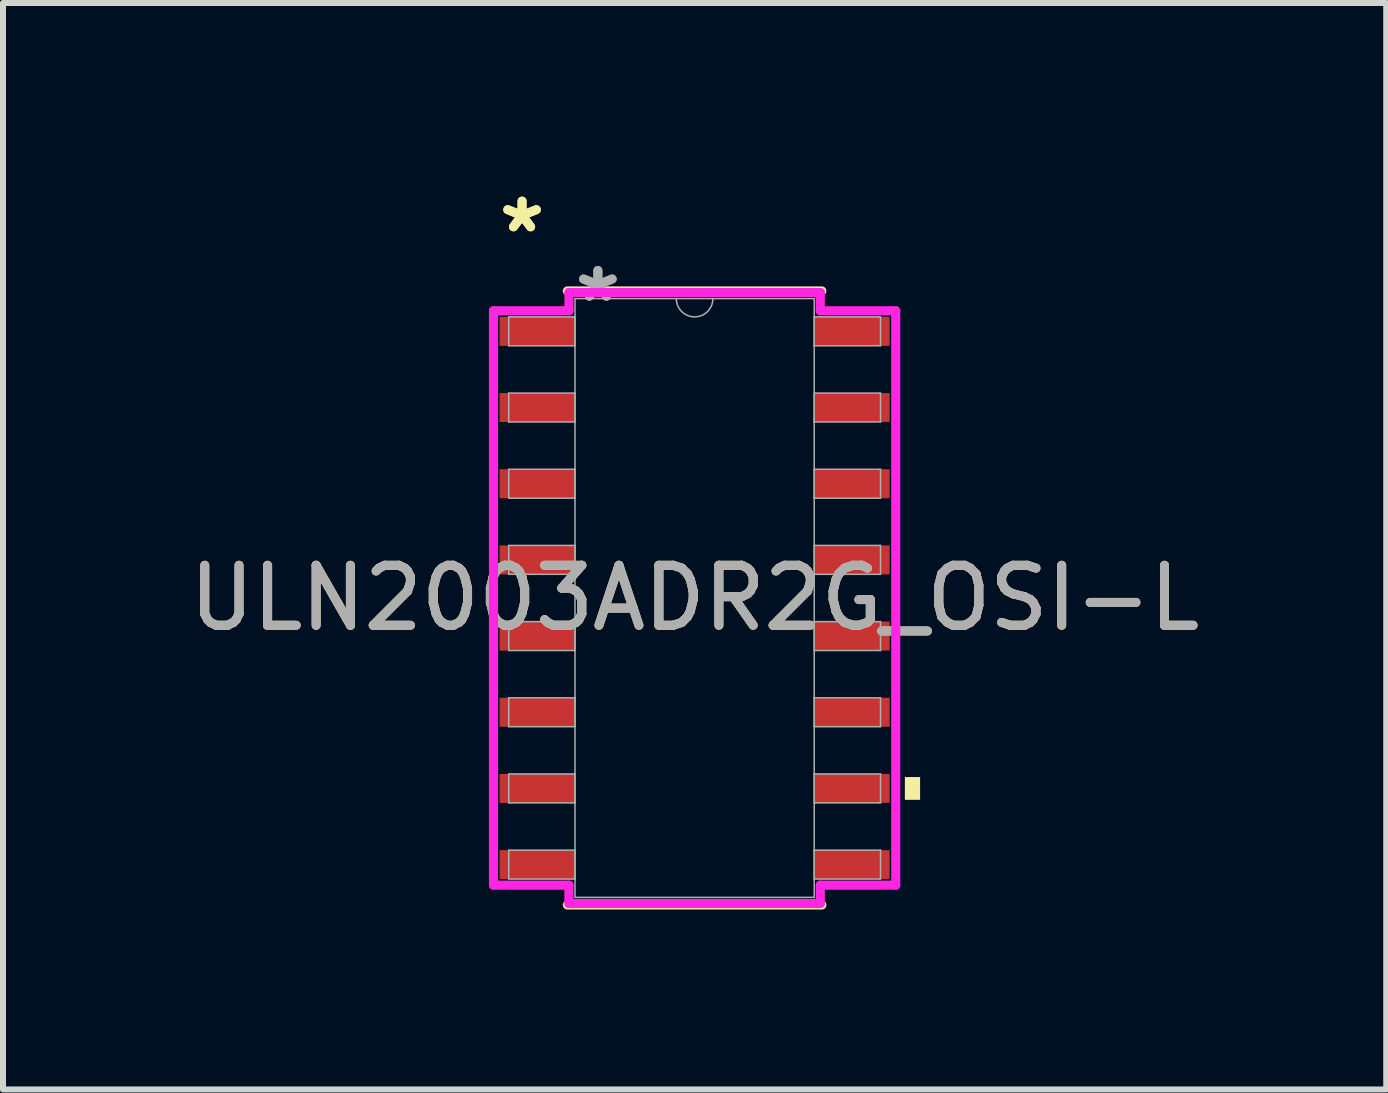
<source format=kicad_pcb>
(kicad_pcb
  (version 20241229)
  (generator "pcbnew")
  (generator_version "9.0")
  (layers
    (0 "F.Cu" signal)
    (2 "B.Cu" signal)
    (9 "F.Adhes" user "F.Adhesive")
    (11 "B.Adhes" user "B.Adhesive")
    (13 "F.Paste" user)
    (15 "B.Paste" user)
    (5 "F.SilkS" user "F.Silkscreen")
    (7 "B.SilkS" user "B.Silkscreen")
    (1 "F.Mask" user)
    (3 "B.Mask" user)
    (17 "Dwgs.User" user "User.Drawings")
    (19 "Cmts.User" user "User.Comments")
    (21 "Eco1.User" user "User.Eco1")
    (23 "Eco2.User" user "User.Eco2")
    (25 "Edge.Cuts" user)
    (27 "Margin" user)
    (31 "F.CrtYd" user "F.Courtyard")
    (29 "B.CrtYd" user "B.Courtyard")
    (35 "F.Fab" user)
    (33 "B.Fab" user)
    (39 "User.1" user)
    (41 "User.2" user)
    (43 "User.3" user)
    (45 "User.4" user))
  (footprint "ULN2003ADR2G_OSI-L"
    (layer "F.Cu")
    (at 8.53 6.919)
    (property "Reference" "ULN2003ADR2G_OSI-L" (at 0 0 0) (unlocked yes) (layer "F.SilkS") (effects (font (size 1 1) (thickness 0.15))))
    (attr smd)
    (fp_line (start -2.121 5.118) (end 2.121 5.118) (stroke (width 0.152) (type solid)) (layer "F.SilkS"))
    (fp_line (start 2.121 -5.118) (end -2.121 -5.118) (stroke (width 0.152) (type solid)) (layer "F.SilkS"))
    (fp_poly (pts (xy 3.759 2.985) (xy 3.759 3.365) (xy 3.505 3.365) (xy 3.505 2.985)) (stroke (width 0) (type solid)) (fill yes) (layer "F.SilkS"))
    (fp_line (start -3.353 -4.788) (end -2.095 -4.788) (stroke (width 0.152) (type solid)) (layer "F.CrtYd"))
    (fp_line (start -3.353 4.788) (end -3.353 -4.788) (stroke (width 0.152) (type solid)) (layer "F.CrtYd"))
    (fp_line (start -3.353 4.788) (end -2.095 4.788) (stroke (width 0.152) (type solid)) (layer "F.CrtYd"))
    (fp_line (start -2.095 -5.093) (end 2.095 -5.093) (stroke (width 0.152) (type solid)) (layer "F.CrtYd"))
    (fp_line (start -2.095 -4.788) (end -2.095 -5.093) (stroke (width 0.152) (type solid)) (layer "F.CrtYd"))
    (fp_line (start -2.095 5.093) (end -2.095 4.788) (stroke (width 0.152) (type solid)) (layer "F.CrtYd"))
    (fp_line (start 2.095 -5.093) (end 2.095 -4.788) (stroke (width 0.152) (type solid)) (layer "F.CrtYd"))
    (fp_line (start 2.095 4.788) (end 2.095 5.093) (stroke (width 0.152) (type solid)) (layer "F.CrtYd"))
    (fp_line (start 2.095 5.093) (end -2.095 5.093) (stroke (width 0.152) (type solid)) (layer "F.CrtYd"))
    (fp_line (start 3.353 -4.788) (end 2.095 -4.788) (stroke (width 0.152) (type solid)) (layer "F.CrtYd"))
    (fp_line (start 3.353 -4.788) (end 3.353 4.788) (stroke (width 0.152) (type solid)) (layer "F.CrtYd"))
    (fp_line (start 3.353 4.788) (end 2.095 4.788) (stroke (width 0.152) (type solid)) (layer "F.CrtYd"))
    (fp_line (start -3.099 -4.686) (end -3.099 -4.204) (stroke (width 0.025) (type solid)) (layer "F.Fab"))
    (fp_line (start -3.099 -4.204) (end -1.994 -4.204) (stroke (width 0.025) (type solid)) (layer "F.Fab"))
    (fp_line (start -3.099 -3.416) (end -3.099 -2.934) (stroke (width 0.025) (type solid)) (layer "F.Fab"))
    (fp_line (start -3.099 -2.934) (end -1.994 -2.934) (stroke (width 0.025) (type solid)) (layer "F.Fab"))
    (fp_line (start -3.099 -2.146) (end -3.099 -1.664) (stroke (width 0.025) (type solid)) (layer "F.Fab"))
    (fp_line (start -3.099 -1.664) (end -1.994 -1.664) (stroke (width 0.025) (type solid)) (layer "F.Fab"))
    (fp_line (start -3.099 -0.876) (end -3.099 -0.394) (stroke (width 0.025) (type solid)) (layer "F.Fab"))
    (fp_line (start -3.099 -0.394) (end -1.994 -0.394) (stroke (width 0.025) (type solid)) (layer "F.Fab"))
    (fp_line (start -3.099 0.394) (end -3.099 0.876) (stroke (width 0.025) (type solid)) (layer "F.Fab"))
    (fp_line (start -3.099 0.876) (end -1.994 0.876) (stroke (width 0.025) (type solid)) (layer "F.Fab"))
    (fp_line (start -3.099 1.664) (end -3.099 2.146) (stroke (width 0.025) (type solid)) (layer "F.Fab"))
    (fp_line (start -3.099 2.146) (end -1.994 2.146) (stroke (width 0.025) (type solid)) (layer "F.Fab"))
    (fp_line (start -3.099 2.934) (end -3.099 3.416) (stroke (width 0.025) (type solid)) (layer "F.Fab"))
    (fp_line (start -3.099 3.416) (end -1.994 3.416) (stroke (width 0.025) (type solid)) (layer "F.Fab"))
    (fp_line (start -3.099 4.204) (end -3.099 4.686) (stroke (width 0.025) (type solid)) (layer "F.Fab"))
    (fp_line (start -3.099 4.686) (end -1.994 4.686) (stroke (width 0.025) (type solid)) (layer "F.Fab"))
    (fp_line (start -1.994 -4.991) (end -1.994 4.991) (stroke (width 0.025) (type solid)) (layer "F.Fab"))
    (fp_line (start -1.994 -4.686) (end -3.099 -4.686) (stroke (width 0.025) (type solid)) (layer "F.Fab"))
    (fp_line (start -1.994 -4.204) (end -1.994 -4.686) (stroke (width 0.025) (type solid)) (layer "F.Fab"))
    (fp_line (start -1.994 -3.416) (end -3.099 -3.416) (stroke (width 0.025) (type solid)) (layer "F.Fab"))
    (fp_line (start -1.994 -2.934) (end -1.994 -3.416) (stroke (width 0.025) (type solid)) (layer "F.Fab"))
    (fp_line (start -1.994 -2.146) (end -3.099 -2.146) (stroke (width 0.025) (type solid)) (layer "F.Fab"))
    (fp_line (start -1.994 -1.664) (end -1.994 -2.146) (stroke (width 0.025) (type solid)) (layer "F.Fab"))
    (fp_line (start -1.994 -0.876) (end -3.099 -0.876) (stroke (width 0.025) (type solid)) (layer "F.Fab"))
    (fp_line (start -1.994 -0.394) (end -1.994 -0.876) (stroke (width 0.025) (type solid)) (layer "F.Fab"))
    (fp_line (start -1.994 0.394) (end -3.099 0.394) (stroke (width 0.025) (type solid)) (layer "F.Fab"))
    (fp_line (start -1.994 0.876) (end -1.994 0.394) (stroke (width 0.025) (type solid)) (layer "F.Fab"))
    (fp_line (start -1.994 1.664) (end -3.099 1.664) (stroke (width 0.025) (type solid)) (layer "F.Fab"))
    (fp_line (start -1.994 2.146) (end -1.994 1.664) (stroke (width 0.025) (type solid)) (layer "F.Fab"))
    (fp_line (start -1.994 2.934) (end -3.099 2.934) (stroke (width 0.025) (type solid)) (layer "F.Fab"))
    (fp_line (start -1.994 3.416) (end -1.994 2.934) (stroke (width 0.025) (type solid)) (layer "F.Fab"))
    (fp_line (start -1.994 4.204) (end -3.099 4.204) (stroke (width 0.025) (type solid)) (layer "F.Fab"))
    (fp_line (start -1.994 4.686) (end -1.994 4.204) (stroke (width 0.025) (type solid)) (layer "F.Fab"))
    (fp_line (start -1.994 4.991) (end 1.994 4.991) (stroke (width 0.025) (type solid)) (layer "F.Fab"))
    (fp_line (start 1.994 -4.991) (end -1.994 -4.991) (stroke (width 0.025) (type solid)) (layer "F.Fab"))
    (fp_line (start 1.994 -4.686) (end 1.994 -4.204) (stroke (width 0.025) (type solid)) (layer "F.Fab"))
    (fp_line (start 1.994 -4.204) (end 3.099 -4.204) (stroke (width 0.025) (type solid)) (layer "F.Fab"))
    (fp_line (start 1.994 -3.416) (end 1.994 -2.934) (stroke (width 0.025) (type solid)) (layer "F.Fab"))
    (fp_line (start 1.994 -2.934) (end 3.099 -2.934) (stroke (width 0.025) (type solid)) (layer "F.Fab"))
    (fp_line (start 1.994 -2.146) (end 1.994 -1.664) (stroke (width 0.025) (type solid)) (layer "F.Fab"))
    (fp_line (start 1.994 -1.664) (end 3.099 -1.664) (stroke (width 0.025) (type solid)) (layer "F.Fab"))
    (fp_line (start 1.994 -0.876) (end 1.994 -0.394) (stroke (width 0.025) (type solid)) (layer "F.Fab"))
    (fp_line (start 1.994 -0.394) (end 3.099 -0.394) (stroke (width 0.025) (type solid)) (layer "F.Fab"))
    (fp_line (start 1.994 0.394) (end 1.994 0.876) (stroke (width 0.025) (type solid)) (layer "F.Fab"))
    (fp_line (start 1.994 0.876) (end 3.099 0.876) (stroke (width 0.025) (type solid)) (layer "F.Fab"))
    (fp_line (start 1.994 1.664) (end 1.994 2.146) (stroke (width 0.025) (type solid)) (layer "F.Fab"))
    (fp_line (start 1.994 2.146) (end 3.099 2.146) (stroke (width 0.025) (type solid)) (layer "F.Fab"))
    (fp_line (start 1.994 2.934) (end 1.994 3.416) (stroke (width 0.025) (type solid)) (layer "F.Fab"))
    (fp_line (start 1.994 3.416) (end 3.099 3.416) (stroke (width 0.025) (type solid)) (layer "F.Fab"))
    (fp_line (start 1.994 4.204) (end 1.994 4.686) (stroke (width 0.025) (type solid)) (layer "F.Fab"))
    (fp_line (start 1.994 4.686) (end 3.099 4.686) (stroke (width 0.025) (type solid)) (layer "F.Fab"))
    (fp_line (start 1.994 4.991) (end 1.994 -4.991) (stroke (width 0.025) (type solid)) (layer "F.Fab"))
    (fp_line (start 3.099 -4.686) (end 1.994 -4.686) (stroke (width 0.025) (type solid)) (layer "F.Fab"))
    (fp_line (start 3.099 -4.204) (end 3.099 -4.686) (stroke (width 0.025) (type solid)) (layer "F.Fab"))
    (fp_line (start 3.099 -3.416) (end 1.994 -3.416) (stroke (width 0.025) (type solid)) (layer "F.Fab"))
    (fp_line (start 3.099 -2.934) (end 3.099 -3.416) (stroke (width 0.025) (type solid)) (layer "F.Fab"))
    (fp_line (start 3.099 -2.146) (end 1.994 -2.146) (stroke (width 0.025) (type solid)) (layer "F.Fab"))
    (fp_line (start 3.099 -1.664) (end 3.099 -2.146) (stroke (width 0.025) (type solid)) (layer "F.Fab"))
    (fp_line (start 3.099 -0.876) (end 1.994 -0.876) (stroke (width 0.025) (type solid)) (layer "F.Fab"))
    (fp_line (start 3.099 -0.394) (end 3.099 -0.876) (stroke (width 0.025) (type solid)) (layer "F.Fab"))
    (fp_line (start 3.099 0.394) (end 1.994 0.394) (stroke (width 0.025) (type solid)) (layer "F.Fab"))
    (fp_line (start 3.099 0.876) (end 3.099 0.394) (stroke (width 0.025) (type solid)) (layer "F.Fab"))
    (fp_line (start 3.099 1.664) (end 1.994 1.664) (stroke (width 0.025) (type solid)) (layer "F.Fab"))
    (fp_line (start 3.099 2.146) (end 3.099 1.664) (stroke (width 0.025) (type solid)) (layer "F.Fab"))
    (fp_line (start 3.099 2.934) (end 1.994 2.934) (stroke (width 0.025) (type solid)) (layer "F.Fab"))
    (fp_line (start 3.099 3.416) (end 3.099 2.934) (stroke (width 0.025) (type solid)) (layer "F.Fab"))
    (fp_line (start 3.099 4.204) (end 1.994 4.204) (stroke (width 0.025) (type solid)) (layer "F.Fab"))
    (fp_line (start 3.099 4.686) (end 3.099 4.204) (stroke (width 0.025) (type solid)) (layer "F.Fab"))
    (fp_arc (start 0.3048 -4.9911) (mid 0 -4.6863) (end -0.3048 -4.9911) (stroke (width 0.0254) (type solid)) (layer "F.Fab"))
    (fp_text user "*" (at -2.877 -6.071 0) (unlocked yes) (layer "F.SilkS") (effects (font (size 1 1) (thickness 0.15))))
    (fp_text user "*" (at -2.877 -6.071 0) (layer "F.SilkS") (effects (font (size 1 1) (thickness 0.15))))
    (fp_text user "*" (at -1.613 -4.915 0) (layer "F.Fab") (effects (font (size 1 1) (thickness 0.15))))
    (fp_text user "${REFERENCE}" (at 0 0 0) (unlocked yes) (layer "F.Fab") (effects (font (size 1 1) (thickness 0.15))))
    (fp_text user "*" (at -1.613 -4.915 0) (unlocked yes) (layer "F.Fab") (effects (font (size 1 1) (thickness 0.15))))
    (pad "1" smd rect (at -2.623 -4.445) (size 1.257 0.483) (layers "F.Cu" "F.Mask" "F.Paste"))
    (pad "2" smd rect (at -2.623 -3.175) (size 1.257 0.483) (layers "F.Cu" "F.Mask" "F.Paste"))
    (pad "3" smd rect (at -2.623 -1.905) (size 1.257 0.483) (layers "F.Cu" "F.Mask" "F.Paste"))
    (pad "4" smd rect (at -2.623 -0.635) (size 1.257 0.483) (layers "F.Cu" "F.Mask" "F.Paste"))
    (pad "5" smd rect (at -2.623 0.635) (size 1.257 0.483) (layers "F.Cu" "F.Mask" "F.Paste"))
    (pad "6" smd rect (at -2.623 1.905) (size 1.257 0.483) (layers "F.Cu" "F.Mask" "F.Paste"))
    (pad "7" smd rect (at -2.623 3.175) (size 1.257 0.483) (layers "F.Cu" "F.Mask" "F.Paste"))
    (pad "8" smd rect (at -2.623 4.445) (size 1.257 0.483) (layers "F.Cu" "F.Mask" "F.Paste"))
    (pad "9" smd rect (at 2.623 4.445) (size 1.257 0.483) (layers "F.Cu" "F.Mask" "F.Paste"))
    (pad "10" smd rect (at 2.623 3.175) (size 1.257 0.483) (layers "F.Cu" "F.Mask" "F.Paste"))
    (pad "11" smd rect (at 2.623 1.905) (size 1.257 0.483) (layers "F.Cu" "F.Mask" "F.Paste"))
    (pad "12" smd rect (at 2.623 0.635) (size 1.257 0.483) (layers "F.Cu" "F.Mask" "F.Paste"))
    (pad "13" smd rect (at 2.623 -0.635) (size 1.257 0.483) (layers "F.Cu" "F.Mask" "F.Paste"))
    (pad "14" smd rect (at 2.623 -1.905) (size 1.257 0.483) (layers "F.Cu" "F.Mask" "F.Paste"))
    (pad "15" smd rect (at 2.623 -3.175) (size 1.257 0.483) (layers "F.Cu" "F.Mask" "F.Paste"))
    (pad "16" smd rect (at 2.623 -4.445) (size 1.257 0.483) (layers "F.Cu" "F.Mask" "F.Paste")))
  (gr_rect
    (start -3 -3)
    (end 20.06 15.113)
    (stroke (width 0.1) (type default))
    (fill no)
    (layer "Edge.Cuts")))
</source>
